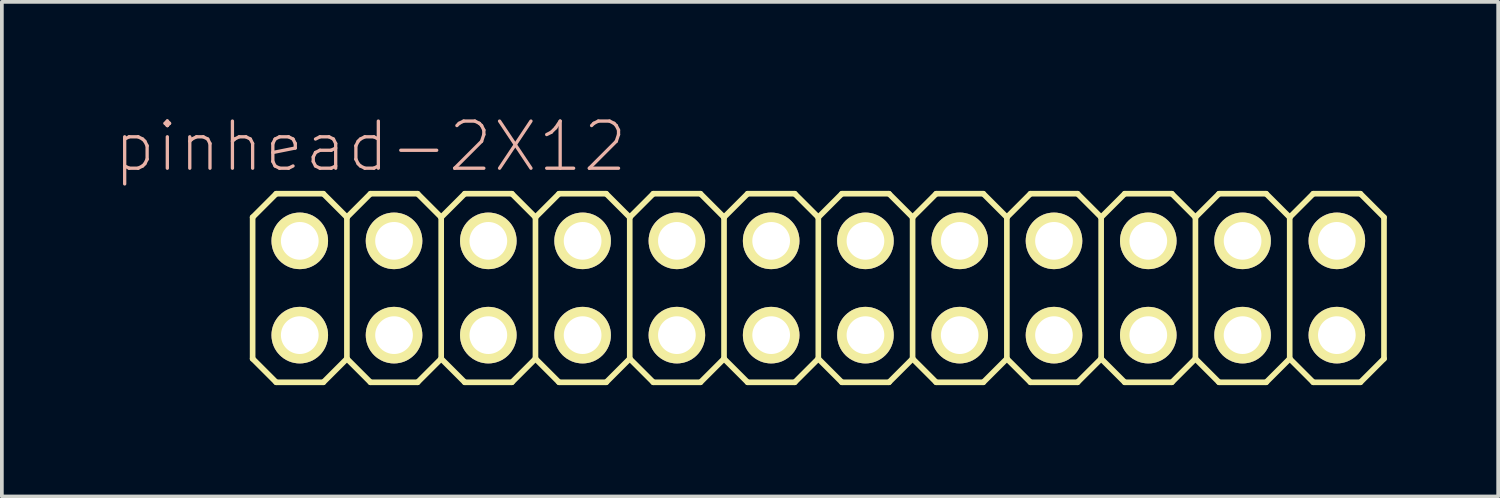
<source format=kicad_pcb>
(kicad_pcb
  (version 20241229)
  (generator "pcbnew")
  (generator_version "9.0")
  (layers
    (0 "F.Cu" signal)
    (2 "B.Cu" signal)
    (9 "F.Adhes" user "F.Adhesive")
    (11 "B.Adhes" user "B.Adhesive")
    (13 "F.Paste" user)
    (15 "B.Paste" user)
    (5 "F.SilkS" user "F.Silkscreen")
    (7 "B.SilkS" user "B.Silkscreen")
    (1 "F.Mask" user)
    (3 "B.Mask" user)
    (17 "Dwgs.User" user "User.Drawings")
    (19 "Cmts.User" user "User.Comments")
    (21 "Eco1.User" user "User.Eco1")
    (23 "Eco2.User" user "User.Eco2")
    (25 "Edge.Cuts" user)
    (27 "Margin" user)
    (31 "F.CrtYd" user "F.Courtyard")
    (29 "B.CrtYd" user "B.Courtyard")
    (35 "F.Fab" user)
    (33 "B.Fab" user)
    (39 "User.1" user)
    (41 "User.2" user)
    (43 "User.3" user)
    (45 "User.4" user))
  (footprint "pinhead-2X12"
    (layer "F.Cu")
    (at 18.996 4.709)
    (property "Reference" "pinhead-2X12" (at -12.065 -3.81 0) (layer "B.SilkS") (effects (font (size 1.27 1.27) (thickness 0.089))))
    (attr exclude_from_pos_files exclude_from_bom)
    (fp_line (start -15.24 -1.905) (end -14.605 -2.54) (stroke (width 0.152) (type solid)) (layer "F.SilkS"))
    (fp_line (start -15.24 1.905) (end -15.24 -1.905) (stroke (width 0.152) (type solid)) (layer "F.SilkS"))
    (fp_line (start -15.24 1.905) (end -14.605 2.54) (stroke (width 0.152) (type solid)) (layer "F.SilkS"))
    (fp_line (start -14.605 -2.54) (end -13.335 -2.54) (stroke (width 0.152) (type solid)) (layer "F.SilkS"))
    (fp_line (start -14.605 2.54) (end -13.335 2.54) (stroke (width 0.152) (type solid)) (layer "F.SilkS"))
    (fp_line (start -14.224 -1.524) (end -13.716 -1.524) (stroke (width 0.066) (type solid)) (layer "F.SilkS"))
    (fp_line (start -14.224 -1.016) (end -14.224 -1.524) (stroke (width 0.066) (type solid)) (layer "F.SilkS"))
    (fp_line (start -14.224 -1.016) (end -13.716 -1.016) (stroke (width 0.066) (type solid)) (layer "F.SilkS"))
    (fp_line (start -14.224 1.016) (end -13.716 1.016) (stroke (width 0.066) (type solid)) (layer "F.SilkS"))
    (fp_line (start -14.224 1.524) (end -14.224 1.016) (stroke (width 0.066) (type solid)) (layer "F.SilkS"))
    (fp_line (start -14.224 1.524) (end -13.716 1.524) (stroke (width 0.066) (type solid)) (layer "F.SilkS"))
    (fp_line (start -13.716 -1.016) (end -13.716 -1.524) (stroke (width 0.066) (type solid)) (layer "F.SilkS"))
    (fp_line (start -13.716 1.524) (end -13.716 1.016) (stroke (width 0.066) (type solid)) (layer "F.SilkS"))
    (fp_line (start -13.335 -2.54) (end -12.7 -1.905) (stroke (width 0.152) (type solid)) (layer "F.SilkS"))
    (fp_line (start -13.335 2.54) (end -12.7 1.905) (stroke (width 0.152) (type solid)) (layer "F.SilkS"))
    (fp_line (start -12.7 -1.905) (end -12.7 1.905) (stroke (width 0.152) (type solid)) (layer "F.SilkS"))
    (fp_line (start -12.7 -1.905) (end -12.065 -2.54) (stroke (width 0.152) (type solid)) (layer "F.SilkS"))
    (fp_line (start -12.7 1.905) (end -12.065 2.54) (stroke (width 0.152) (type solid)) (layer "F.SilkS"))
    (fp_line (start -12.065 -2.54) (end -10.795 -2.54) (stroke (width 0.152) (type solid)) (layer "F.SilkS"))
    (fp_line (start -12.065 2.54) (end -10.795 2.54) (stroke (width 0.152) (type solid)) (layer "F.SilkS"))
    (fp_line (start -11.684 -1.524) (end -11.176 -1.524) (stroke (width 0.066) (type solid)) (layer "F.SilkS"))
    (fp_line (start -11.684 -1.016) (end -11.684 -1.524) (stroke (width 0.066) (type solid)) (layer "F.SilkS"))
    (fp_line (start -11.684 -1.016) (end -11.176 -1.016) (stroke (width 0.066) (type solid)) (layer "F.SilkS"))
    (fp_line (start -11.684 1.016) (end -11.176 1.016) (stroke (width 0.066) (type solid)) (layer "F.SilkS"))
    (fp_line (start -11.684 1.524) (end -11.684 1.016) (stroke (width 0.066) (type solid)) (layer "F.SilkS"))
    (fp_line (start -11.684 1.524) (end -11.176 1.524) (stroke (width 0.066) (type solid)) (layer "F.SilkS"))
    (fp_line (start -11.176 -1.016) (end -11.176 -1.524) (stroke (width 0.066) (type solid)) (layer "F.SilkS"))
    (fp_line (start -11.176 1.524) (end -11.176 1.016) (stroke (width 0.066) (type solid)) (layer "F.SilkS"))
    (fp_line (start -10.795 -2.54) (end -10.16 -1.905) (stroke (width 0.152) (type solid)) (layer "F.SilkS"))
    (fp_line (start -10.795 2.54) (end -10.16 1.905) (stroke (width 0.152) (type solid)) (layer "F.SilkS"))
    (fp_line (start -10.16 -1.905) (end -10.16 1.905) (stroke (width 0.152) (type solid)) (layer "F.SilkS"))
    (fp_line (start -10.16 -1.905) (end -9.525 -2.54) (stroke (width 0.152) (type solid)) (layer "F.SilkS"))
    (fp_line (start -10.16 1.905) (end -9.525 2.54) (stroke (width 0.152) (type solid)) (layer "F.SilkS"))
    (fp_line (start -9.525 -2.54) (end -8.255 -2.54) (stroke (width 0.152) (type solid)) (layer "F.SilkS"))
    (fp_line (start -9.525 2.54) (end -8.255 2.54) (stroke (width 0.152) (type solid)) (layer "F.SilkS"))
    (fp_line (start -9.144 -1.524) (end -8.636 -1.524) (stroke (width 0.066) (type solid)) (layer "F.SilkS"))
    (fp_line (start -9.144 -1.016) (end -9.144 -1.524) (stroke (width 0.066) (type solid)) (layer "F.SilkS"))
    (fp_line (start -9.144 -1.016) (end -8.636 -1.016) (stroke (width 0.066) (type solid)) (layer "F.SilkS"))
    (fp_line (start -9.144 1.016) (end -8.636 1.016) (stroke (width 0.066) (type solid)) (layer "F.SilkS"))
    (fp_line (start -9.144 1.524) (end -9.144 1.016) (stroke (width 0.066) (type solid)) (layer "F.SilkS"))
    (fp_line (start -9.144 1.524) (end -8.636 1.524) (stroke (width 0.066) (type solid)) (layer "F.SilkS"))
    (fp_line (start -8.636 -1.016) (end -8.636 -1.524) (stroke (width 0.066) (type solid)) (layer "F.SilkS"))
    (fp_line (start -8.636 1.524) (end -8.636 1.016) (stroke (width 0.066) (type solid)) (layer "F.SilkS"))
    (fp_line (start -8.255 -2.54) (end -7.62 -1.905) (stroke (width 0.152) (type solid)) (layer "F.SilkS"))
    (fp_line (start -8.255 2.54) (end -7.62 1.905) (stroke (width 0.152) (type solid)) (layer "F.SilkS"))
    (fp_line (start -7.62 -1.905) (end -7.62 1.905) (stroke (width 0.152) (type solid)) (layer "F.SilkS"))
    (fp_line (start -7.62 -1.905) (end -6.985 -2.54) (stroke (width 0.152) (type solid)) (layer "F.SilkS"))
    (fp_line (start -7.62 1.905) (end -6.985 2.54) (stroke (width 0.152) (type solid)) (layer "F.SilkS"))
    (fp_line (start -6.985 -2.54) (end -5.715 -2.54) (stroke (width 0.152) (type solid)) (layer "F.SilkS"))
    (fp_line (start -6.985 2.54) (end -5.715 2.54) (stroke (width 0.152) (type solid)) (layer "F.SilkS"))
    (fp_line (start -6.604 -1.524) (end -6.096 -1.524) (stroke (width 0.066) (type solid)) (layer "F.SilkS"))
    (fp_line (start -6.604 -1.016) (end -6.604 -1.524) (stroke (width 0.066) (type solid)) (layer "F.SilkS"))
    (fp_line (start -6.604 -1.016) (end -6.096 -1.016) (stroke (width 0.066) (type solid)) (layer "F.SilkS"))
    (fp_line (start -6.604 1.016) (end -6.096 1.016) (stroke (width 0.066) (type solid)) (layer "F.SilkS"))
    (fp_line (start -6.604 1.524) (end -6.604 1.016) (stroke (width 0.066) (type solid)) (layer "F.SilkS"))
    (fp_line (start -6.604 1.524) (end -6.096 1.524) (stroke (width 0.066) (type solid)) (layer "F.SilkS"))
    (fp_line (start -6.096 -1.016) (end -6.096 -1.524) (stroke (width 0.066) (type solid)) (layer "F.SilkS"))
    (fp_line (start -6.096 1.524) (end -6.096 1.016) (stroke (width 0.066) (type solid)) (layer "F.SilkS"))
    (fp_line (start -5.715 -2.54) (end -5.08 -1.905) (stroke (width 0.152) (type solid)) (layer "F.SilkS"))
    (fp_line (start -5.715 2.54) (end -5.08 1.905) (stroke (width 0.152) (type solid)) (layer "F.SilkS"))
    (fp_line (start -5.08 -1.905) (end -5.08 1.905) (stroke (width 0.152) (type solid)) (layer "F.SilkS"))
    (fp_line (start -5.08 -1.905) (end -4.445 -2.54) (stroke (width 0.152) (type solid)) (layer "F.SilkS"))
    (fp_line (start -5.08 1.905) (end -4.445 2.54) (stroke (width 0.152) (type solid)) (layer "F.SilkS"))
    (fp_line (start -4.445 -2.54) (end -3.175 -2.54) (stroke (width 0.152) (type solid)) (layer "F.SilkS"))
    (fp_line (start -4.445 2.54) (end -3.175 2.54) (stroke (width 0.152) (type solid)) (layer "F.SilkS"))
    (fp_line (start -4.064 -1.524) (end -3.556 -1.524) (stroke (width 0.066) (type solid)) (layer "F.SilkS"))
    (fp_line (start -4.064 -1.016) (end -4.064 -1.524) (stroke (width 0.066) (type solid)) (layer "F.SilkS"))
    (fp_line (start -4.064 -1.016) (end -3.556 -1.016) (stroke (width 0.066) (type solid)) (layer "F.SilkS"))
    (fp_line (start -4.064 1.016) (end -3.556 1.016) (stroke (width 0.066) (type solid)) (layer "F.SilkS"))
    (fp_line (start -4.064 1.524) (end -4.064 1.016) (stroke (width 0.066) (type solid)) (layer "F.SilkS"))
    (fp_line (start -4.064 1.524) (end -3.556 1.524) (stroke (width 0.066) (type solid)) (layer "F.SilkS"))
    (fp_line (start -3.556 -1.016) (end -3.556 -1.524) (stroke (width 0.066) (type solid)) (layer "F.SilkS"))
    (fp_line (start -3.556 1.524) (end -3.556 1.016) (stroke (width 0.066) (type solid)) (layer "F.SilkS"))
    (fp_line (start -3.175 -2.54) (end -2.54 -1.905) (stroke (width 0.152) (type solid)) (layer "F.SilkS"))
    (fp_line (start -3.175 2.54) (end -2.54 1.905) (stroke (width 0.152) (type solid)) (layer "F.SilkS"))
    (fp_line (start -2.54 -1.905) (end -2.54 1.905) (stroke (width 0.152) (type solid)) (layer "F.SilkS"))
    (fp_line (start -2.54 -1.905) (end -1.905 -2.54) (stroke (width 0.152) (type solid)) (layer "F.SilkS"))
    (fp_line (start -2.54 1.905) (end -1.905 2.54) (stroke (width 0.152) (type solid)) (layer "F.SilkS"))
    (fp_line (start -1.905 -2.54) (end -0.635 -2.54) (stroke (width 0.152) (type solid)) (layer "F.SilkS"))
    (fp_line (start -1.905 2.54) (end -0.635 2.54) (stroke (width 0.152) (type solid)) (layer "F.SilkS"))
    (fp_line (start -1.524 -1.524) (end -1.016 -1.524) (stroke (width 0.066) (type solid)) (layer "F.SilkS"))
    (fp_line (start -1.524 -1.016) (end -1.524 -1.524) (stroke (width 0.066) (type solid)) (layer "F.SilkS"))
    (fp_line (start -1.524 -1.016) (end -1.016 -1.016) (stroke (width 0.066) (type solid)) (layer "F.SilkS"))
    (fp_line (start -1.524 1.016) (end -1.016 1.016) (stroke (width 0.066) (type solid)) (layer "F.SilkS"))
    (fp_line (start -1.524 1.524) (end -1.524 1.016) (stroke (width 0.066) (type solid)) (layer "F.SilkS"))
    (fp_line (start -1.524 1.524) (end -1.016 1.524) (stroke (width 0.066) (type solid)) (layer "F.SilkS"))
    (fp_line (start -1.016 -1.016) (end -1.016 -1.524) (stroke (width 0.066) (type solid)) (layer "F.SilkS"))
    (fp_line (start -1.016 1.524) (end -1.016 1.016) (stroke (width 0.066) (type solid)) (layer "F.SilkS"))
    (fp_line (start -0.635 -2.54) (end 0 -1.905) (stroke (width 0.152) (type solid)) (layer "F.SilkS"))
    (fp_line (start -0.635 2.54) (end 0 1.905) (stroke (width 0.152) (type solid)) (layer "F.SilkS"))
    (fp_line (start 0 -1.905) (end 0 1.905) (stroke (width 0.152) (type solid)) (layer "F.SilkS"))
    (fp_line (start 0 -1.905) (end 0.635 -2.54) (stroke (width 0.152) (type solid)) (layer "F.SilkS"))
    (fp_line (start 0 1.905) (end 0.635 2.54) (stroke (width 0.152) (type solid)) (layer "F.SilkS"))
    (fp_line (start 0.635 -2.54) (end 1.905 -2.54) (stroke (width 0.152) (type solid)) (layer "F.SilkS"))
    (fp_line (start 1.016 -1.524) (end 1.524 -1.524) (stroke (width 0.066) (type solid)) (layer "F.SilkS"))
    (fp_line (start 1.016 -1.016) (end 1.016 -1.524) (stroke (width 0.066) (type solid)) (layer "F.SilkS"))
    (fp_line (start 1.016 -1.016) (end 1.524 -1.016) (stroke (width 0.066) (type solid)) (layer "F.SilkS"))
    (fp_line (start 1.016 1.016) (end 1.524 1.016) (stroke (width 0.066) (type solid)) (layer "F.SilkS"))
    (fp_line (start 1.016 1.524) (end 1.016 1.016) (stroke (width 0.066) (type solid)) (layer "F.SilkS"))
    (fp_line (start 1.016 1.524) (end 1.524 1.524) (stroke (width 0.066) (type solid)) (layer "F.SilkS"))
    (fp_line (start 1.524 -1.016) (end 1.524 -1.524) (stroke (width 0.066) (type solid)) (layer "F.SilkS"))
    (fp_line (start 1.524 1.524) (end 1.524 1.016) (stroke (width 0.066) (type solid)) (layer "F.SilkS"))
    (fp_line (start 1.905 -2.54) (end 2.54 -1.905) (stroke (width 0.152) (type solid)) (layer "F.SilkS"))
    (fp_line (start 1.905 2.54) (end 0.635 2.54) (stroke (width 0.152) (type solid)) (layer "F.SilkS"))
    (fp_line (start 2.54 -1.905) (end 2.54 1.905) (stroke (width 0.152) (type solid)) (layer "F.SilkS"))
    (fp_line (start 2.54 -1.905) (end 3.175 -2.54) (stroke (width 0.152) (type solid)) (layer "F.SilkS"))
    (fp_line (start 2.54 1.905) (end 1.905 2.54) (stroke (width 0.152) (type solid)) (layer "F.SilkS"))
    (fp_line (start 2.54 1.905) (end 3.175 2.54) (stroke (width 0.152) (type solid)) (layer "F.SilkS"))
    (fp_line (start 3.175 -2.54) (end 4.445 -2.54) (stroke (width 0.152) (type solid)) (layer "F.SilkS"))
    (fp_line (start 3.556 -1.524) (end 4.064 -1.524) (stroke (width 0.066) (type solid)) (layer "F.SilkS"))
    (fp_line (start 3.556 -1.016) (end 3.556 -1.524) (stroke (width 0.066) (type solid)) (layer "F.SilkS"))
    (fp_line (start 3.556 -1.016) (end 4.064 -1.016) (stroke (width 0.066) (type solid)) (layer "F.SilkS"))
    (fp_line (start 3.556 1.016) (end 4.064 1.016) (stroke (width 0.066) (type solid)) (layer "F.SilkS"))
    (fp_line (start 3.556 1.524) (end 3.556 1.016) (stroke (width 0.066) (type solid)) (layer "F.SilkS"))
    (fp_line (start 3.556 1.524) (end 4.064 1.524) (stroke (width 0.066) (type solid)) (layer "F.SilkS"))
    (fp_line (start 4.064 -1.016) (end 4.064 -1.524) (stroke (width 0.066) (type solid)) (layer "F.SilkS"))
    (fp_line (start 4.064 1.524) (end 4.064 1.016) (stroke (width 0.066) (type solid)) (layer "F.SilkS"))
    (fp_line (start 4.445 -2.54) (end 5.08 -1.905) (stroke (width 0.152) (type solid)) (layer "F.SilkS"))
    (fp_line (start 4.445 2.54) (end 3.175 2.54) (stroke (width 0.152) (type solid)) (layer "F.SilkS"))
    (fp_line (start 5.08 -1.905) (end 5.08 1.905) (stroke (width 0.152) (type solid)) (layer "F.SilkS"))
    (fp_line (start 5.08 -1.905) (end 5.715 -2.54) (stroke (width 0.152) (type solid)) (layer "F.SilkS"))
    (fp_line (start 5.08 1.905) (end 4.445 2.54) (stroke (width 0.152) (type solid)) (layer "F.SilkS"))
    (fp_line (start 5.08 1.905) (end 5.715 2.54) (stroke (width 0.152) (type solid)) (layer "F.SilkS"))
    (fp_line (start 5.715 -2.54) (end 6.985 -2.54) (stroke (width 0.152) (type solid)) (layer "F.SilkS"))
    (fp_line (start 6.096 -1.524) (end 6.604 -1.524) (stroke (width 0.066) (type solid)) (layer "F.SilkS"))
    (fp_line (start 6.096 -1.016) (end 6.096 -1.524) (stroke (width 0.066) (type solid)) (layer "F.SilkS"))
    (fp_line (start 6.096 -1.016) (end 6.604 -1.016) (stroke (width 0.066) (type solid)) (layer "F.SilkS"))
    (fp_line (start 6.096 1.016) (end 6.604 1.016) (stroke (width 0.066) (type solid)) (layer "F.SilkS"))
    (fp_line (start 6.096 1.524) (end 6.096 1.016) (stroke (width 0.066) (type solid)) (layer "F.SilkS"))
    (fp_line (start 6.096 1.524) (end 6.604 1.524) (stroke (width 0.066) (type solid)) (layer "F.SilkS"))
    (fp_line (start 6.604 -1.016) (end 6.604 -1.524) (stroke (width 0.066) (type solid)) (layer "F.SilkS"))
    (fp_line (start 6.604 1.524) (end 6.604 1.016) (stroke (width 0.066) (type solid)) (layer "F.SilkS"))
    (fp_line (start 6.985 -2.54) (end 7.62 -1.905) (stroke (width 0.152) (type solid)) (layer "F.SilkS"))
    (fp_line (start 6.985 2.54) (end 5.715 2.54) (stroke (width 0.152) (type solid)) (layer "F.SilkS"))
    (fp_line (start 7.62 -1.905) (end 7.62 1.905) (stroke (width 0.152) (type solid)) (layer "F.SilkS"))
    (fp_line (start 7.62 -1.905) (end 8.255 -2.54) (stroke (width 0.152) (type solid)) (layer "F.SilkS"))
    (fp_line (start 7.62 1.905) (end 6.985 2.54) (stroke (width 0.152) (type solid)) (layer "F.SilkS"))
    (fp_line (start 7.62 1.905) (end 8.255 2.54) (stroke (width 0.152) (type solid)) (layer "F.SilkS"))
    (fp_line (start 8.255 -2.54) (end 9.525 -2.54) (stroke (width 0.152) (type solid)) (layer "F.SilkS"))
    (fp_line (start 8.636 -1.524) (end 9.144 -1.524) (stroke (width 0.066) (type solid)) (layer "F.SilkS"))
    (fp_line (start 8.636 -1.016) (end 8.636 -1.524) (stroke (width 0.066) (type solid)) (layer "F.SilkS"))
    (fp_line (start 8.636 -1.016) (end 9.144 -1.016) (stroke (width 0.066) (type solid)) (layer "F.SilkS"))
    (fp_line (start 8.636 1.016) (end 9.144 1.016) (stroke (width 0.066) (type solid)) (layer "F.SilkS"))
    (fp_line (start 8.636 1.524) (end 8.636 1.016) (stroke (width 0.066) (type solid)) (layer "F.SilkS"))
    (fp_line (start 8.636 1.524) (end 9.144 1.524) (stroke (width 0.066) (type solid)) (layer "F.SilkS"))
    (fp_line (start 9.144 -1.016) (end 9.144 -1.524) (stroke (width 0.066) (type solid)) (layer "F.SilkS"))
    (fp_line (start 9.144 1.524) (end 9.144 1.016) (stroke (width 0.066) (type solid)) (layer "F.SilkS"))
    (fp_line (start 9.525 -2.54) (end 10.16 -1.905) (stroke (width 0.152) (type solid)) (layer "F.SilkS"))
    (fp_line (start 9.525 2.54) (end 8.255 2.54) (stroke (width 0.152) (type solid)) (layer "F.SilkS"))
    (fp_line (start 10.16 -1.905) (end 10.16 1.905) (stroke (width 0.152) (type solid)) (layer "F.SilkS"))
    (fp_line (start 10.16 -1.905) (end 10.795 -2.54) (stroke (width 0.152) (type solid)) (layer "F.SilkS"))
    (fp_line (start 10.16 1.905) (end 9.525 2.54) (stroke (width 0.152) (type solid)) (layer "F.SilkS"))
    (fp_line (start 10.16 1.905) (end 10.795 2.54) (stroke (width 0.152) (type solid)) (layer "F.SilkS"))
    (fp_line (start 10.795 -2.54) (end 12.065 -2.54) (stroke (width 0.152) (type solid)) (layer "F.SilkS"))
    (fp_line (start 11.176 -1.524) (end 11.684 -1.524) (stroke (width 0.066) (type solid)) (layer "F.SilkS"))
    (fp_line (start 11.176 -1.016) (end 11.176 -1.524) (stroke (width 0.066) (type solid)) (layer "F.SilkS"))
    (fp_line (start 11.176 -1.016) (end 11.684 -1.016) (stroke (width 0.066) (type solid)) (layer "F.SilkS"))
    (fp_line (start 11.176 1.016) (end 11.684 1.016) (stroke (width 0.066) (type solid)) (layer "F.SilkS"))
    (fp_line (start 11.176 1.524) (end 11.176 1.016) (stroke (width 0.066) (type solid)) (layer "F.SilkS"))
    (fp_line (start 11.176 1.524) (end 11.684 1.524) (stroke (width 0.066) (type solid)) (layer "F.SilkS"))
    (fp_line (start 11.684 -1.016) (end 11.684 -1.524) (stroke (width 0.066) (type solid)) (layer "F.SilkS"))
    (fp_line (start 11.684 1.524) (end 11.684 1.016) (stroke (width 0.066) (type solid)) (layer "F.SilkS"))
    (fp_line (start 12.065 -2.54) (end 12.7 -1.905) (stroke (width 0.152) (type solid)) (layer "F.SilkS"))
    (fp_line (start 12.065 2.54) (end 10.795 2.54) (stroke (width 0.152) (type solid)) (layer "F.SilkS"))
    (fp_line (start 12.7 -1.905) (end 12.7 1.905) (stroke (width 0.152) (type solid)) (layer "F.SilkS"))
    (fp_line (start 12.7 -1.905) (end 13.335 -2.54) (stroke (width 0.152) (type solid)) (layer "F.SilkS"))
    (fp_line (start 12.7 1.905) (end 12.065 2.54) (stroke (width 0.152) (type solid)) (layer "F.SilkS"))
    (fp_line (start 12.7 1.905) (end 13.335 2.54) (stroke (width 0.152) (type solid)) (layer "F.SilkS"))
    (fp_line (start 13.335 -2.54) (end 14.605 -2.54) (stroke (width 0.152) (type solid)) (layer "F.SilkS"))
    (fp_line (start 13.716 -1.524) (end 14.224 -1.524) (stroke (width 0.066) (type solid)) (layer "F.SilkS"))
    (fp_line (start 13.716 -1.016) (end 13.716 -1.524) (stroke (width 0.066) (type solid)) (layer "F.SilkS"))
    (fp_line (start 13.716 -1.016) (end 14.224 -1.016) (stroke (width 0.066) (type solid)) (layer "F.SilkS"))
    (fp_line (start 13.716 1.016) (end 14.224 1.016) (stroke (width 0.066) (type solid)) (layer "F.SilkS"))
    (fp_line (start 13.716 1.524) (end 13.716 1.016) (stroke (width 0.066) (type solid)) (layer "F.SilkS"))
    (fp_line (start 13.716 1.524) (end 14.224 1.524) (stroke (width 0.066) (type solid)) (layer "F.SilkS"))
    (fp_line (start 14.224 -1.016) (end 14.224 -1.524) (stroke (width 0.066) (type solid)) (layer "F.SilkS"))
    (fp_line (start 14.224 1.524) (end 14.224 1.016) (stroke (width 0.066) (type solid)) (layer "F.SilkS"))
    (fp_line (start 14.605 -2.54) (end 15.24 -1.905) (stroke (width 0.152) (type solid)) (layer "F.SilkS"))
    (fp_line (start 14.605 2.54) (end 13.335 2.54) (stroke (width 0.152) (type solid)) (layer "F.SilkS"))
    (fp_line (start 15.24 -1.905) (end 15.24 1.905) (stroke (width 0.152) (type solid)) (layer "F.SilkS"))
    (fp_line (start 15.24 1.905) (end 14.605 2.54) (stroke (width 0.152) (type solid)) (layer "F.SilkS"))
    (pad "1" thru_hole circle (at -13.97 1.27) (size 1.524 1.524) (drill 1.016) (layers "*.Cu" "F.Mask" "F.SilkS" "F.Paste"))
    (pad "2" thru_hole circle (at -13.97 -1.27) (size 1.524 1.524) (drill 1.016) (layers "*.Cu" "F.Mask" "F.SilkS" "F.Paste"))
    (pad "3" thru_hole circle (at -11.43 1.27) (size 1.524 1.524) (drill 1.016) (layers "*.Cu" "F.Mask" "F.SilkS" "F.Paste"))
    (pad "4" thru_hole circle (at -11.43 -1.27) (size 1.524 1.524) (drill 1.016) (layers "*.Cu" "F.Mask" "F.SilkS" "F.Paste"))
    (pad "5" thru_hole circle (at -8.89 1.27) (size 1.524 1.524) (drill 1.016) (layers "*.Cu" "F.Mask" "F.SilkS" "F.Paste"))
    (pad "6" thru_hole circle (at -8.89 -1.27) (size 1.524 1.524) (drill 1.016) (layers "*.Cu" "F.Mask" "F.SilkS" "F.Paste"))
    (pad "7" thru_hole circle (at -6.35 1.27) (size 1.524 1.524) (drill 1.016) (layers "*.Cu" "F.Mask" "F.SilkS" "F.Paste"))
    (pad "8" thru_hole circle (at -6.35 -1.27) (size 1.524 1.524) (drill 1.016) (layers "*.Cu" "F.Mask" "F.SilkS" "F.Paste"))
    (pad "9" thru_hole circle (at -3.81 1.27) (size 1.524 1.524) (drill 1.016) (layers "*.Cu" "F.Mask" "F.SilkS" "F.Paste"))
    (pad "10" thru_hole circle (at -3.81 -1.27) (size 1.524 1.524) (drill 1.016) (layers "*.Cu" "F.Mask" "F.SilkS" "F.Paste"))
    (pad "11" thru_hole circle (at -1.27 1.27) (size 1.524 1.524) (drill 1.016) (layers "*.Cu" "F.Mask" "F.SilkS" "F.Paste"))
    (pad "12" thru_hole circle (at -1.27 -1.27) (size 1.524 1.524) (drill 1.016) (layers "*.Cu" "F.Mask" "F.SilkS" "F.Paste"))
    (pad "13" thru_hole circle (at 1.27 1.27) (size 1.524 1.524) (drill 1.016) (layers "*.Cu" "F.Mask" "F.SilkS" "F.Paste"))
    (pad "14" thru_hole circle (at 1.27 -1.27) (size 1.524 1.524) (drill 1.016) (layers "*.Cu" "F.Mask" "F.SilkS" "F.Paste"))
    (pad "15" thru_hole circle (at 3.81 1.27) (size 1.524 1.524) (drill 1.016) (layers "*.Cu" "F.Mask" "F.SilkS" "F.Paste"))
    (pad "16" thru_hole circle (at 3.81 -1.27) (size 1.524 1.524) (drill 1.016) (layers "*.Cu" "F.Mask" "F.SilkS" "F.Paste"))
    (pad "17" thru_hole circle (at 6.35 1.27) (size 1.524 1.524) (drill 1.016) (layers "*.Cu" "F.Mask" "F.SilkS" "F.Paste"))
    (pad "18" thru_hole circle (at 6.35 -1.27) (size 1.524 1.524) (drill 1.016) (layers "*.Cu" "F.Mask" "F.SilkS" "F.Paste"))
    (pad "19" thru_hole circle (at 8.89 1.27) (size 1.524 1.524) (drill 1.016) (layers "*.Cu" "F.Mask" "F.SilkS" "F.Paste"))
    (pad "20" thru_hole circle (at 8.89 -1.27) (size 1.524 1.524) (drill 1.016) (layers "*.Cu" "F.Mask" "F.SilkS" "F.Paste"))
    (pad "21" thru_hole circle (at 11.43 1.27) (size 1.524 1.524) (drill 1.016) (layers "*.Cu" "F.Mask" "F.SilkS" "F.Paste"))
    (pad "22" thru_hole circle (at 11.43 -1.27) (size 1.524 1.524) (drill 1.016) (layers "*.Cu" "F.Mask" "F.SilkS" "F.Paste"))
    (pad "23" thru_hole circle (at 13.97 1.27) (size 1.524 1.524) (drill 1.016) (layers "*.Cu" "F.Mask" "F.SilkS" "F.Paste"))
    (pad "24" thru_hole circle (at 13.97 -1.27) (size 1.524 1.524) (drill 1.016) (layers "*.Cu" "F.Mask" "F.SilkS" "F.Paste")))
  (gr_rect
    (start -3 -3)
    (end 37.312 10.325)
    (stroke (width 0.1) (type default))
    (fill no)
    (layer "Edge.Cuts")))
</source>
